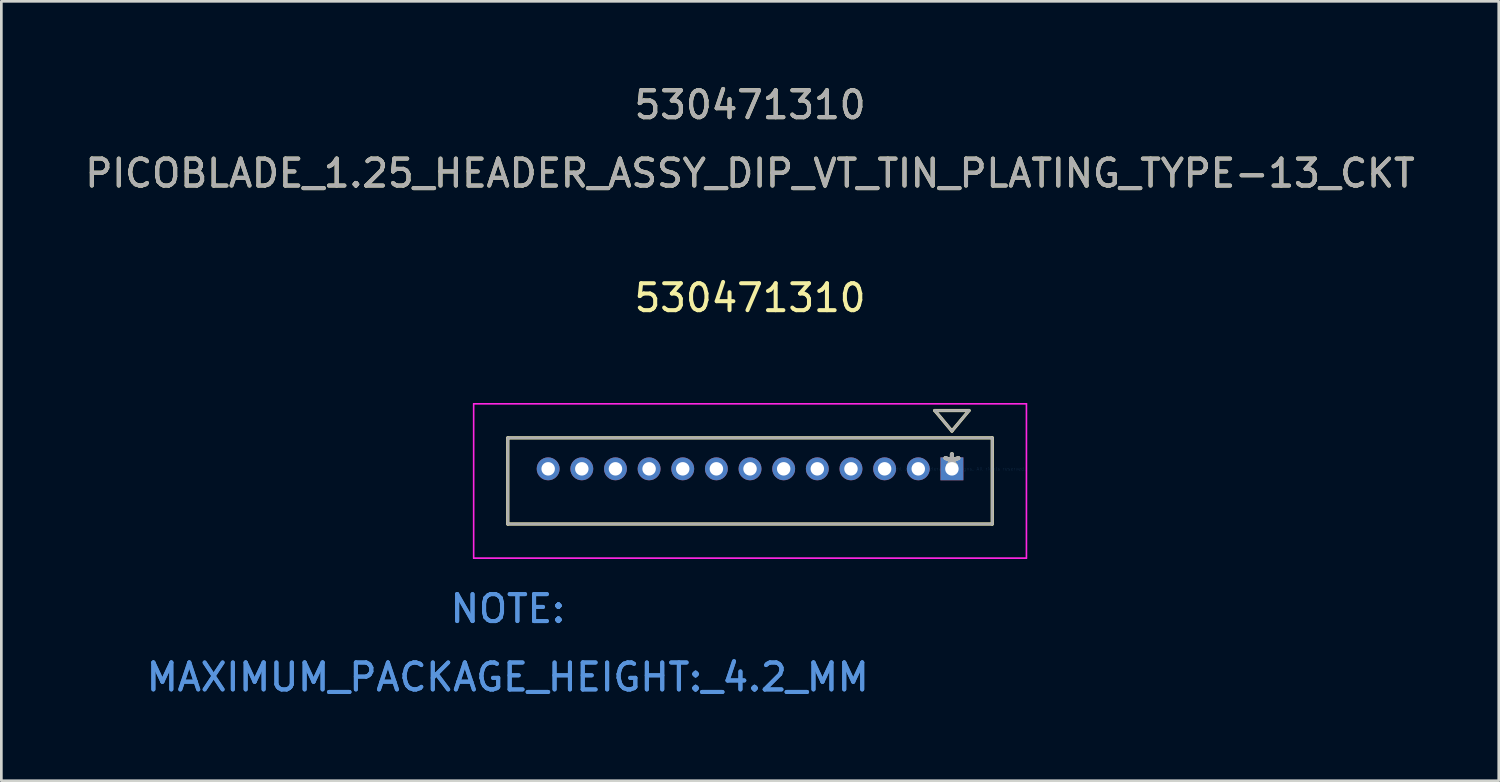
<source format=kicad_pcb>
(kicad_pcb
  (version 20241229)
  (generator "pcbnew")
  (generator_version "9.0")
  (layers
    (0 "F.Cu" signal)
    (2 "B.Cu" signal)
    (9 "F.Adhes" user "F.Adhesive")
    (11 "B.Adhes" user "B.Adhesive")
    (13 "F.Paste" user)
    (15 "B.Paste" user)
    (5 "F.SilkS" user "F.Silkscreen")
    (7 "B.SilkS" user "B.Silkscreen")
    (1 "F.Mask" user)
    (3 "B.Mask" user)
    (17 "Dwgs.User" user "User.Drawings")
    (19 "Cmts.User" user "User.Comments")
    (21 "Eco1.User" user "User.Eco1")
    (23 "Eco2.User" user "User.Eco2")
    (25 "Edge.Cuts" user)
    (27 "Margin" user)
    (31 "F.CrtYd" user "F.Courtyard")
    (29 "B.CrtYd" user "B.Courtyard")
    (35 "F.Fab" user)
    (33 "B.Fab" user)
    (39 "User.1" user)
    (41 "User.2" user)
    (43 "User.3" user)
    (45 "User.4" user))
  (footprint "530471310"
    (layer "F.Cu")
    (at 32.315 14.368)
    (property "Reference" "530471310" (at -7.5 -6.35 0) (layer "F.SilkS") (effects (font (size 1 1) (thickness 0.15))))
    (attr through_hole)
    (fp_line (start -16.5 -1.15) (end -16.5 2.05) (stroke (width 0.12) (type solid)) (layer "F.SilkS"))
    (fp_line (start -16.5 2.05) (end 1.5 2.05) (stroke (width 0.12) (type solid)) (layer "F.SilkS"))
    (fp_line (start -0.635 -2.166) (end 0 -1.404) (stroke (width 0.12) (type solid)) (layer "F.SilkS"))
    (fp_line (start 0 -1.404) (end 0.635 -2.166) (stroke (width 0.12) (type solid)) (layer "F.SilkS"))
    (fp_line (start 0.635 -2.166) (end -0.635 -2.166) (stroke (width 0.12) (type solid)) (layer "F.SilkS"))
    (fp_line (start 1.5 -1.15) (end -16.5 -1.15) (stroke (width 0.12) (type solid)) (layer "F.SilkS"))
    (fp_line (start 1.5 2.05) (end 1.5 -1.15) (stroke (width 0.12) (type solid)) (layer "F.SilkS"))
    (fp_line (start -17.77 -2.42) (end -17.77 3.32) (stroke (width 0.05) (type solid)) (layer "F.CrtYd"))
    (fp_line (start -17.77 -2.42) (end -17.77 3.32) (stroke (width 0.05) (type solid)) (layer "F.CrtYd"))
    (fp_line (start -17.77 3.32) (end 2.77 3.32) (stroke (width 0.05) (type solid)) (layer "F.CrtYd"))
    (fp_line (start -17.77 3.32) (end 2.77 3.32) (stroke (width 0.05) (type solid)) (layer "F.CrtYd"))
    (fp_line (start 2.77 -2.42) (end -17.77 -2.42) (stroke (width 0.05) (type solid)) (layer "F.CrtYd"))
    (fp_line (start 2.77 -2.42) (end -17.77 -2.42) (stroke (width 0.05) (type solid)) (layer "F.CrtYd"))
    (fp_line (start 2.77 3.32) (end 2.77 -2.42) (stroke (width 0.05) (type solid)) (layer "F.CrtYd"))
    (fp_line (start 2.77 3.32) (end 2.77 -2.42) (stroke (width 0.05) (type solid)) (layer "F.CrtYd"))
    (fp_line (start -16.5 -1.15) (end -16.5 2.05) (stroke (width 0.1) (type solid)) (layer "F.Fab"))
    (fp_line (start -16.5 2.05) (end 1.5 2.05) (stroke (width 0.1) (type solid)) (layer "F.Fab"))
    (fp_line (start -0.635 -2.166) (end 0 -1.404) (stroke (width 0.1) (type solid)) (layer "F.Fab"))
    (fp_line (start 0 -1.404) (end 0.635 -2.166) (stroke (width 0.1) (type solid)) (layer "F.Fab"))
    (fp_line (start 0.635 -2.166) (end -0.635 -2.166) (stroke (width 0.1) (type solid)) (layer "F.Fab"))
    (fp_line (start 1.5 -1.15) (end -16.5 -1.15) (stroke (width 0.1) (type solid)) (layer "F.Fab"))
    (fp_line (start 1.5 2.05) (end 1.5 -1.15) (stroke (width 0.1) (type solid)) (layer "F.Fab"))
    (fp_text user "530471310" (at -7.5 -13.52 0) (layer "F.SilkS") (effects (font (size 1 1) (thickness 0.15))))
    (fp_text user "PICOBLADE_1.25_HEADER_ASSY_DIP_VT_TIN_PLATING_TYPE-13_CKT" (at -7.5 -10.98 0) (layer "F.SilkS") (effects (font (size 1 1) (thickness 0.15))))
    (fp_text user "*" (at 0 0 0) (layer "F.SilkS") (effects (font (size 1 1) (thickness 0.15))))
    (fp_text user "MAXIMUM_PACKAGE_HEIGHT:_4.2_MM" (at -16.5 7.74 0) (layer "Cmts.User") (effects (font (size 1 1) (thickness 0.15))))
    (fp_text user "NOTE:" (at -16.5 5.2 0) (layer "Cmts.User") (effects (font (size 1 1) (thickness 0.15))))
    (fp_text user "NOTE:" (at -16.5 5.2 0) (layer "Cmts.User") (effects (font (size 1 1) (thickness 0.15))))
    (fp_text user "MAXIMUM_PACKAGE_HEIGHT:_4.2_MM" (at -16.5 7.74 0) (layer "Cmts.User") (effects (font (size 1 1) (thickness 0.15))))
    (fp_text user "Copyright 2021 Accelerated Designs. All rights reserved." (at 0 0 0) (layer "Cmts.User") (effects (font (size 0.127 0.127) (thickness 0.002))))
    (fp_text user "PICOBLADE_1.25_HEADER_ASSY_DIP_VT_TIN_PLATING_TYPE-13_CKT" (at -7.5 -10.98 0) (layer "F.Fab") (effects (font (size 1 1) (thickness 0.15))))
    (fp_text user "530471310" (at -7.5 -13.52 0) (layer "F.Fab") (effects (font (size 1 1) (thickness 0.15))))
    (fp_text user "*" (at 0 0 0) (layer "F.Fab") (effects (font (size 1 1) (thickness 0.15))))
    (pad "1" thru_hole rect (at 0 0) (size 0.85 0.85) (drill 0.5) (layers "*.Cu" "*.Mask"))
    (pad "2" thru_hole circle (at -1.25 0) (size 0.85 0.85) (drill 0.5) (layers "*.Cu" "*.Mask"))
    (pad "3" thru_hole circle (at -2.5 0) (size 0.85 0.85) (drill 0.5) (layers "*.Cu" "*.Mask"))
    (pad "4" thru_hole circle (at -3.75 0) (size 0.85 0.85) (drill 0.5) (layers "*.Cu" "*.Mask"))
    (pad "5" thru_hole circle (at -5 0) (size 0.85 0.85) (drill 0.5) (layers "*.Cu" "*.Mask"))
    (pad "6" thru_hole circle (at -6.25 0) (size 0.85 0.85) (drill 0.5) (layers "*.Cu" "*.Mask"))
    (pad "7" thru_hole circle (at -7.5 0) (size 0.85 0.85) (drill 0.5) (layers "*.Cu" "*.Mask"))
    (pad "8" thru_hole circle (at -8.75 0) (size 0.85 0.85) (drill 0.5) (layers "*.Cu" "*.Mask"))
    (pad "9" thru_hole circle (at -10 0) (size 0.85 0.85) (drill 0.5) (layers "*.Cu" "*.Mask"))
    (pad "10" thru_hole circle (at -11.25 0) (size 0.85 0.85) (drill 0.5) (layers "*.Cu" "*.Mask"))
    (pad "11" thru_hole circle (at -12.5 0) (size 0.85 0.85) (drill 0.5) (layers "*.Cu" "*.Mask"))
    (pad "12" thru_hole circle (at -13.75 0) (size 0.85 0.85) (drill 0.5) (layers "*.Cu" "*.Mask"))
    (pad "13" thru_hole circle (at -15 0) (size 0.85 0.85) (drill 0.5) (layers "*.Cu" "*.Mask")))
  (gr_rect
    (start -3 -3)
    (end 52.631 25.956)
    (stroke (width 0.1) (type default))
    (fill no)
    (layer "Edge.Cuts")))
</source>
